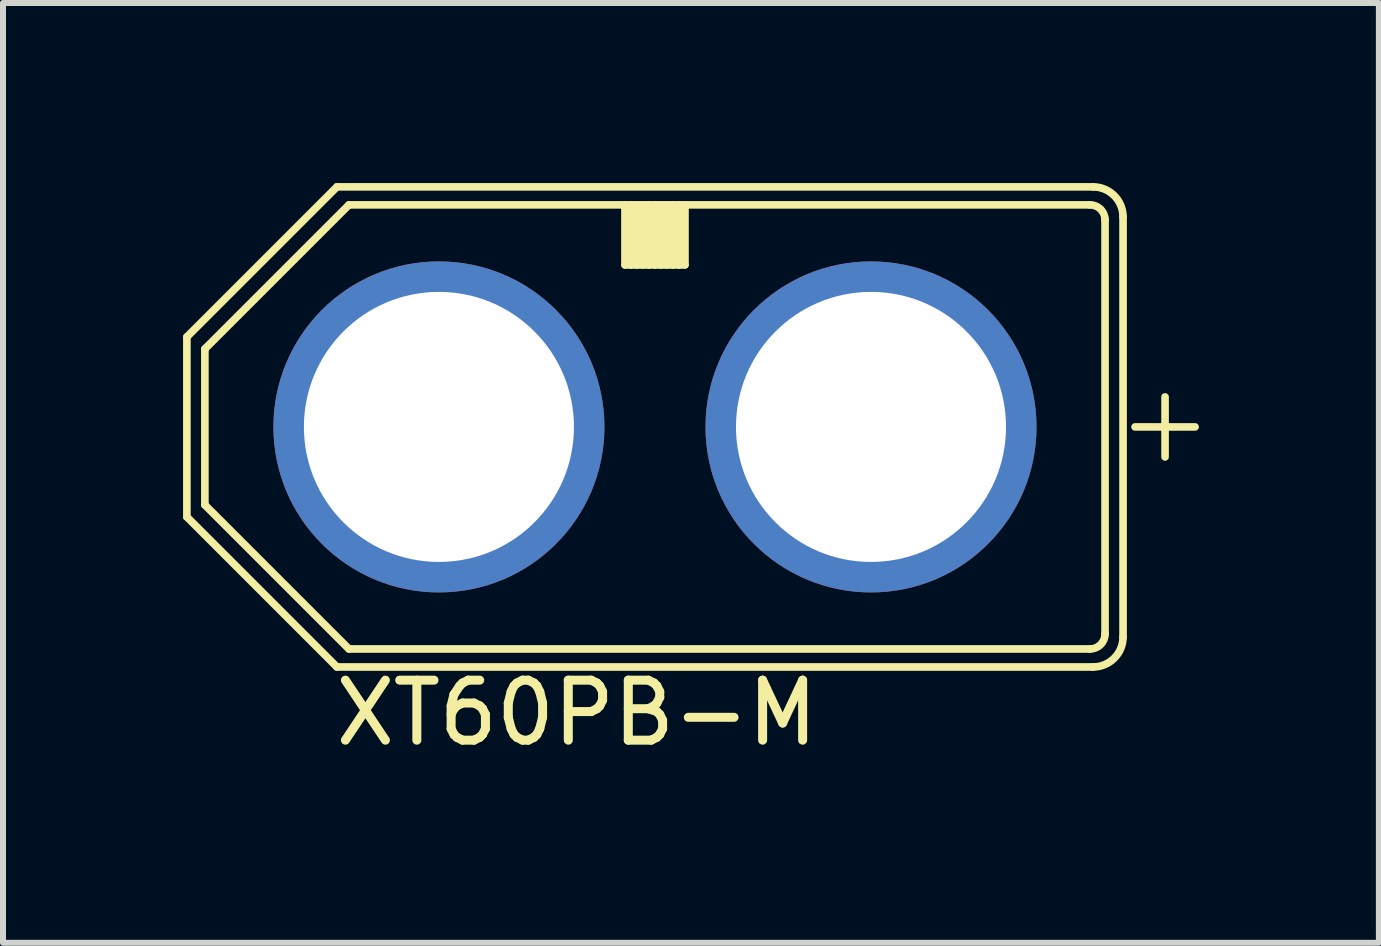
<source format=kicad_pcb>
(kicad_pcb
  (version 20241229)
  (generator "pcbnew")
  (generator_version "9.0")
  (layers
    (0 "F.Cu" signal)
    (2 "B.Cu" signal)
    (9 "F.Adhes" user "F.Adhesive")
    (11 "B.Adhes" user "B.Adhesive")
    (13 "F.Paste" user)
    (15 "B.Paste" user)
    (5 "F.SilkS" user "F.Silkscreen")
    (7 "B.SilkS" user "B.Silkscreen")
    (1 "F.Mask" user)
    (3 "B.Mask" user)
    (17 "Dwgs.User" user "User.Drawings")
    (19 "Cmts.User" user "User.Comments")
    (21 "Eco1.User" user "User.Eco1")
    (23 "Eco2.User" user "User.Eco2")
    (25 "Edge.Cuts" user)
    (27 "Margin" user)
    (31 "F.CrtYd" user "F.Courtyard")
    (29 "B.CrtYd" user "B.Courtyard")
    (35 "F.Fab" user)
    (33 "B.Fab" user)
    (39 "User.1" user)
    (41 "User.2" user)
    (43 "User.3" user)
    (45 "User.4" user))
  (footprint "XT60PB-M"
    (layer "F.Cu")
    (at 7.864 4.064)
    (property "Reference" "XT60PB-M" (at -5.4 5.35 0) (layer "F.SilkS") (effects (font (size 1 1) (thickness 0.15)) (justify left bottom)))
    (attr through_hole)
    (fp_line (start -7.8 -1.5) (end -5.3 -4) (stroke (width 0.127) (type solid)) (layer "F.SilkS"))
    (fp_line (start -7.8 1.5) (end -7.8 -1.5) (stroke (width 0.127) (type solid)) (layer "F.SilkS"))
    (fp_line (start -7.5 -1.3) (end -7.5 1.3) (stroke (width 0.127) (type solid)) (layer "F.SilkS"))
    (fp_line (start -7.5 1.3) (end -5.1 3.7) (stroke (width 0.127) (type solid)) (layer "F.SilkS"))
    (fp_line (start -5.3 -4) (end 7.3 -4) (stroke (width 0.127) (type solid)) (layer "F.SilkS"))
    (fp_line (start -5.3 4) (end -7.8 1.5) (stroke (width 0.127) (type solid)) (layer "F.SilkS"))
    (fp_line (start -5.1 -3.7) (end -7.5 -1.3) (stroke (width 0.127) (type solid)) (layer "F.SilkS"))
    (fp_line (start -5.1 3.7) (end 7.25 3.7) (stroke (width 0.127) (type solid)) (layer "F.SilkS"))
    (fp_line (start -0.5 -3.7) (end -5.1 -3.7) (stroke (width 0.127) (type solid)) (layer "F.SilkS"))
    (fp_line (start -0.5 -2.7) (end -0.5 -3.7) (stroke (width 0.127) (type solid)) (layer "F.SilkS"))
    (fp_line (start -0.5 -2.7) (end -0.4 -2.7) (stroke (width 0.127) (type solid)) (layer "F.SilkS"))
    (fp_line (start -0.4 -3.7) (end -0.5 -3.7) (stroke (width 0.127) (type solid)) (layer "F.SilkS"))
    (fp_line (start -0.4 -2.7) (end -0.4 -3.7) (stroke (width 0.127) (type solid)) (layer "F.SilkS"))
    (fp_line (start -0.4 -2.7) (end -0.3 -2.7) (stroke (width 0.127) (type solid)) (layer "F.SilkS"))
    (fp_line (start -0.3 -3.7) (end -0.4 -3.7) (stroke (width 0.127) (type solid)) (layer "F.SilkS"))
    (fp_line (start -0.3 -2.7) (end -0.3 -3.7) (stroke (width 0.127) (type solid)) (layer "F.SilkS"))
    (fp_line (start -0.3 -2.7) (end -0.2 -2.7) (stroke (width 0.127) (type solid)) (layer "F.SilkS"))
    (fp_line (start -0.2 -3.7) (end -0.3 -3.7) (stroke (width 0.127) (type solid)) (layer "F.SilkS"))
    (fp_line (start -0.2 -2.7) (end -0.2 -3.7) (stroke (width 0.127) (type solid)) (layer "F.SilkS"))
    (fp_line (start -0.2 -2.7) (end -0.1 -2.7) (stroke (width 0.127) (type solid)) (layer "F.SilkS"))
    (fp_line (start -0.1 -3.7) (end -0.2 -3.7) (stroke (width 0.127) (type solid)) (layer "F.SilkS"))
    (fp_line (start -0.1 -2.7) (end -0.1 -3.7) (stroke (width 0.127) (type solid)) (layer "F.SilkS"))
    (fp_line (start -0.1 -2.7) (end 0 -2.7) (stroke (width 0.127) (type solid)) (layer "F.SilkS"))
    (fp_line (start 0 -3.7) (end -0.1 -3.7) (stroke (width 0.127) (type solid)) (layer "F.SilkS"))
    (fp_line (start 0 -2.7) (end 0 -3.7) (stroke (width 0.127) (type solid)) (layer "F.SilkS"))
    (fp_line (start 0 -2.7) (end 0.1 -2.7) (stroke (width 0.127) (type solid)) (layer "F.SilkS"))
    (fp_line (start 0.1 -3.7) (end 0 -3.7) (stroke (width 0.127) (type solid)) (layer "F.SilkS"))
    (fp_line (start 0.1 -2.7) (end 0.1 -3.7) (stroke (width 0.127) (type solid)) (layer "F.SilkS"))
    (fp_line (start 0.1 -2.7) (end 0.2 -2.7) (stroke (width 0.127) (type solid)) (layer "F.SilkS"))
    (fp_line (start 0.2 -3.7) (end 0.1 -3.7) (stroke (width 0.127) (type solid)) (layer "F.SilkS"))
    (fp_line (start 0.2 -2.7) (end 0.2 -3.7) (stroke (width 0.127) (type solid)) (layer "F.SilkS"))
    (fp_line (start 0.2 -2.7) (end 0.3 -2.7) (stroke (width 0.127) (type solid)) (layer "F.SilkS"))
    (fp_line (start 0.3 -3.7) (end 0.2 -3.7) (stroke (width 0.127) (type solid)) (layer "F.SilkS"))
    (fp_line (start 0.3 -2.7) (end 0.3 -3.7) (stroke (width 0.127) (type solid)) (layer "F.SilkS"))
    (fp_line (start 0.3 -2.7) (end 0.4 -2.7) (stroke (width 0.127) (type solid)) (layer "F.SilkS"))
    (fp_line (start 0.4 -3.7) (end 0.3 -3.7) (stroke (width 0.127) (type solid)) (layer "F.SilkS"))
    (fp_line (start 0.4 -2.7) (end 0.4 -3.7) (stroke (width 0.127) (type solid)) (layer "F.SilkS"))
    (fp_line (start 0.4 -2.7) (end 0.5 -2.7) (stroke (width 0.127) (type solid)) (layer "F.SilkS"))
    (fp_line (start 0.5 -3.7) (end 0.4 -3.7) (stroke (width 0.127) (type solid)) (layer "F.SilkS"))
    (fp_line (start 0.5 -2.7) (end 0.5 -3.7) (stroke (width 0.127) (type solid)) (layer "F.SilkS"))
    (fp_line (start 7.25 -3.7) (end 0.5 -3.7) (stroke (width 0.127) (type solid)) (layer "F.SilkS"))
    (fp_line (start 7.3 4) (end -5.3 4) (stroke (width 0.127) (type solid)) (layer "F.SilkS"))
    (fp_line (start 7.5 3.45) (end 7.5 -3.45) (stroke (width 0.127) (type solid)) (layer "F.SilkS"))
    (fp_line (start 7.8 -3.5) (end 7.8 3.5) (stroke (width 0.127) (type solid)) (layer "F.SilkS"))
    (fp_line (start 8 0) (end 9 0) (stroke (width 0.127) (type solid)) (layer "F.SilkS"))
    (fp_line (start 8.5 -0.5) (end 8.5 0.5) (stroke (width 0.127) (type solid)) (layer "F.SilkS"))
    (fp_arc (start 7.25 -3.7) (mid 7.426777 -3.626777) (end 7.5 -3.45) (stroke (width 0.127) (type solid)) (layer "F.SilkS"))
    (fp_arc (start 7.3 -4) (mid 7.653553 -3.853553) (end 7.8 -3.5) (stroke (width 0.127) (type solid)) (layer "F.SilkS"))
    (fp_arc (start 7.5 3.45) (mid 7.426777 3.626777) (end 7.25 3.7) (stroke (width 0.127) (type solid)) (layer "F.SilkS"))
    (fp_arc (start 7.8 3.5) (mid 7.653553 3.853553) (end 7.3 4) (stroke (width 0.127) (type solid)) (layer "F.SilkS"))
    (pad "+" thru_hole circle (at 3.6 0) (size 5.516 5.516) (drill 4.5) (layers "*.Cu" "*.Mask"))
    (pad "-" thru_hole circle (at -3.6 0) (size 5.516 5.516) (drill 4.5) (layers "*.Cu" "*.Mask")))
  (gr_rect
    (start -3 -3)
    (end 19.927 12.66)
    (stroke (width 0.1) (type default))
    (fill no)
    (layer "Edge.Cuts")))
</source>
